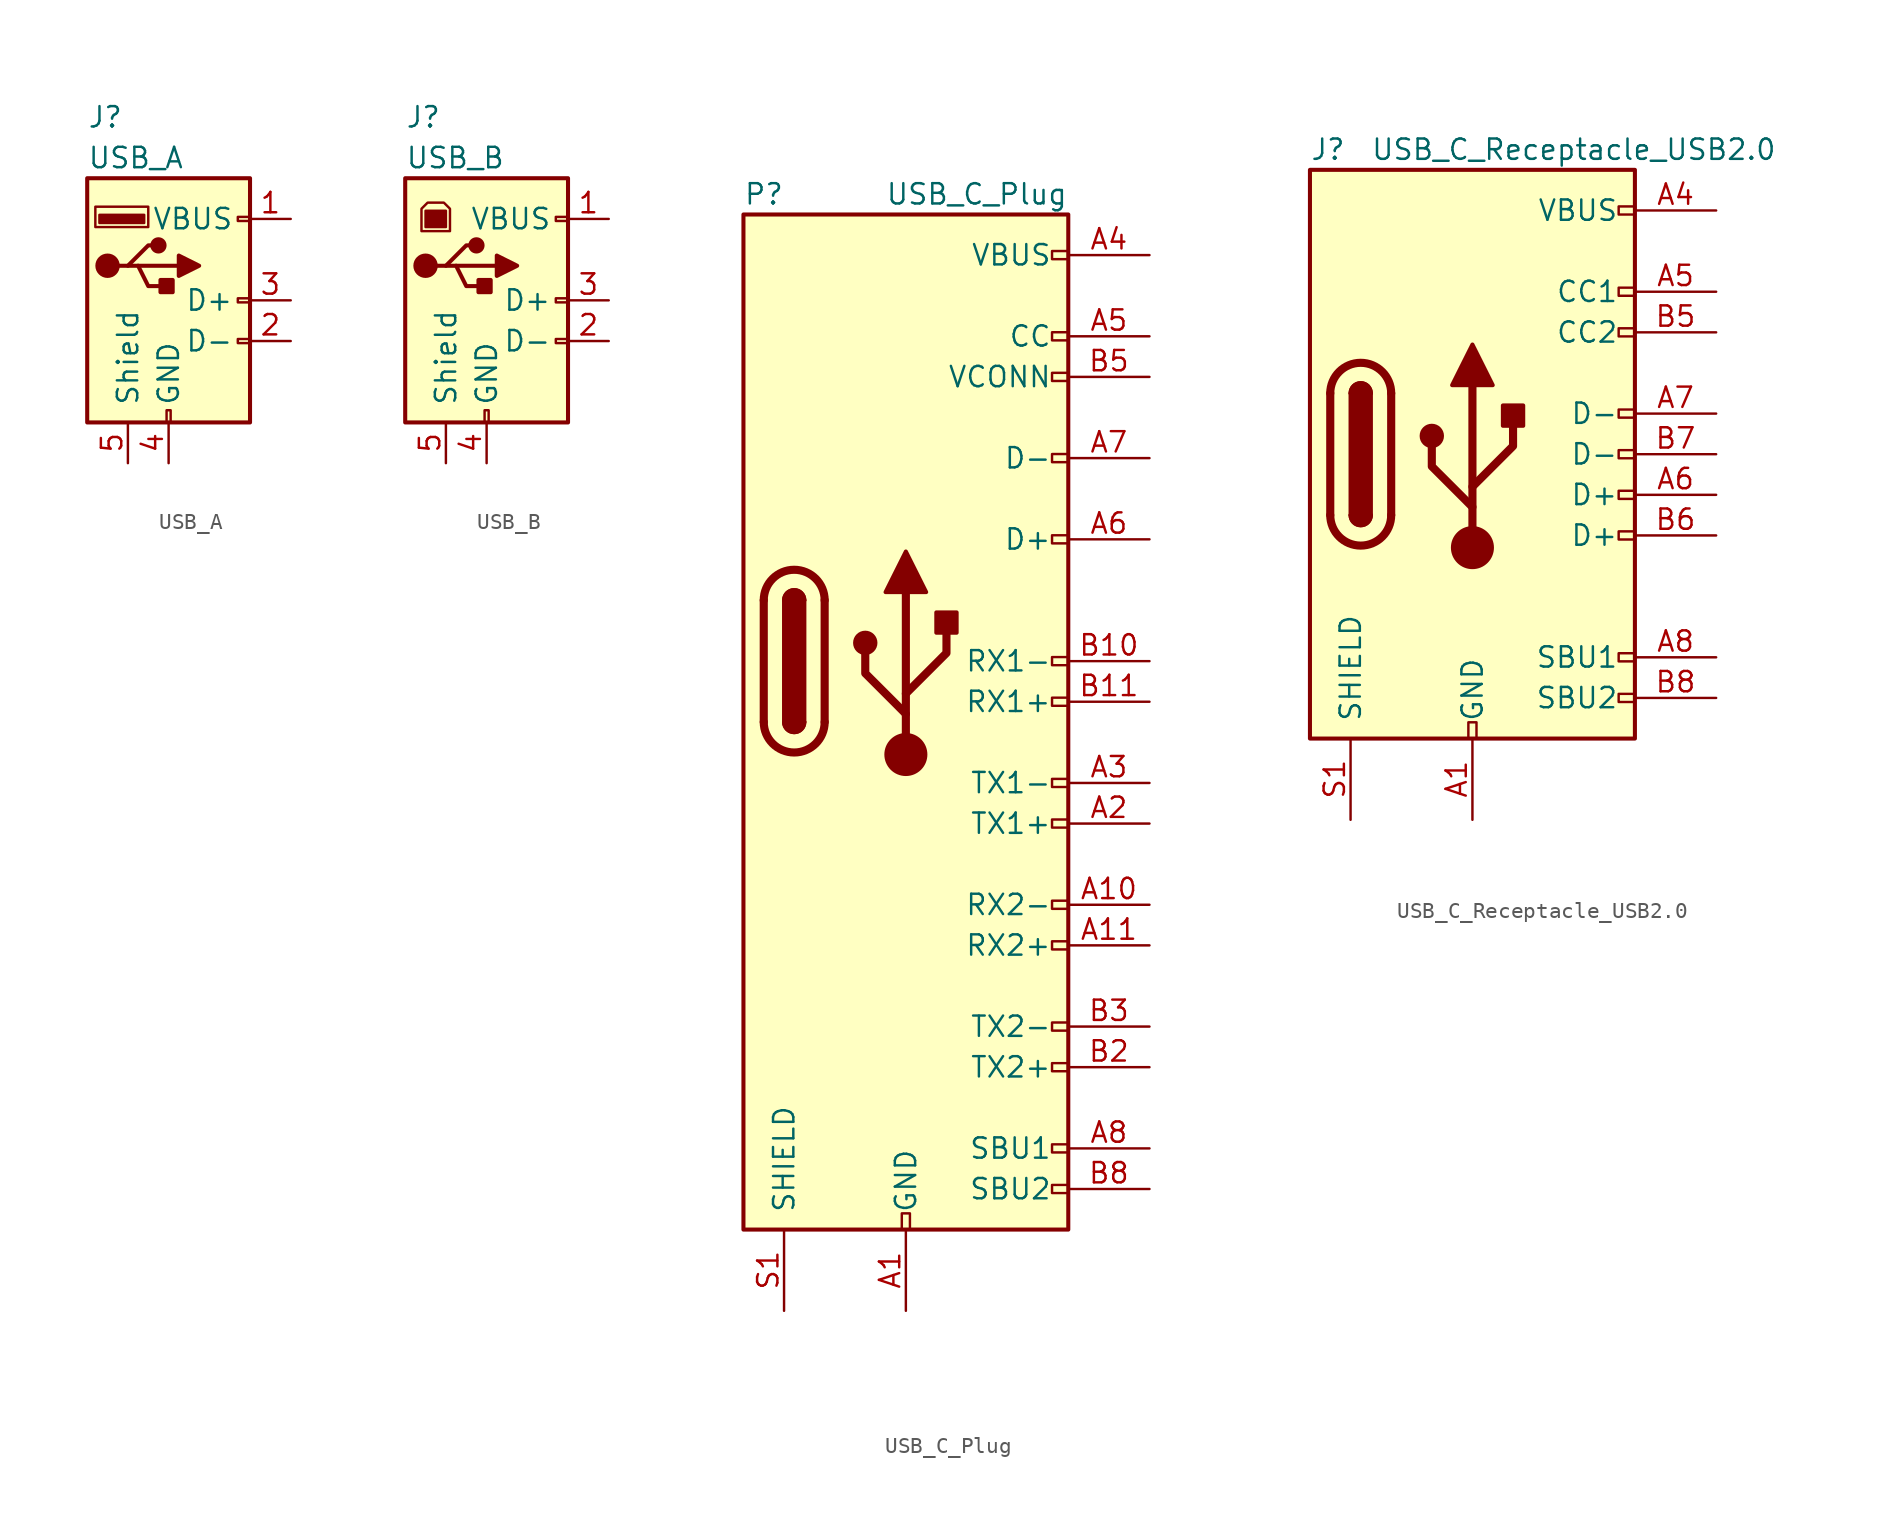
<source format=kicad_sym>
(kicad_symbol_lib
  (version 20201005)
  (generator kicad_symbol_editor)
  (symbol "Connector:USB_A"
    (pin_names
      (offset 1.016))
    (property "Reference" "J"
      (at -5.08 11.43 0)
      (effects (font (size 1.27 1.27)) (justify left)))
    (property "Value" "USB_A"
      (at -5.08 8.89 0)
      (effects (font (size 1.27 1.27)) (justify left)))
    (symbol "USB_A_0_1"
      (circle (center -3.81 2.159) (radius 0.635) (stroke (width 0.254)) (fill (type outline)))
      (circle (center -0.635 3.429) (radius 0.381) (stroke (width 0.254)) (fill (type outline)))
      (rectangle (start -5.08 -7.62) (end 5.08 7.62) (stroke (width 0.254)) (fill (type background)))
      (rectangle (start -1.524 4.826) (end -4.318 5.334) (stroke (width 0)) (fill (type outline)))
      (rectangle (start -1.27 4.572) (end -4.572 5.842) (stroke (width 0)) (fill (type none)))
      (rectangle (start -0.127 -7.62) (end 0.127 -6.858) (stroke (width 0)) (fill (type none)))
      (rectangle (start 0.254 1.27) (end -0.508 0.508) (stroke (width 0.254)) (fill (type outline)))
      (rectangle (start 5.08 -2.667) (end 4.318 -2.413) (stroke (width 0)) (fill (type none)))
      (rectangle (start 5.08 -0.127) (end 4.318 0.127) (stroke (width 0)) (fill (type none)))
      (rectangle (start 5.08 4.953) (end 4.318 5.207) (stroke (width 0)) (fill (type none)))
      (polyline (pts (xy -3.175 2.159) (xy -2.54 2.159) (xy -1.27 3.429) (xy -0.635 3.429)) (stroke (width 0.254)) (fill (type none)))
      (polyline (pts (xy -2.54 2.159) (xy -1.905 2.159) (xy -1.27 0.889) (xy 0 0.889)) (stroke (width 0.254)) (fill (type none)))
      (polyline (pts (xy 0.635 2.794) (xy 0.635 1.524) (xy 1.905 2.159) (xy 0.635 2.794)) (stroke (width 0.254)) (fill (type outline))))
    (symbol "USB_A_1_1"
      (polyline (pts (xy -1.905 2.159) (xy 0.635 2.159)) (stroke (width 0.254)) (fill (type none)))
      (pin power_in line (at 7.62 5.08 180) (length 2.54) (name "VBUS" (effects (font (size 1.27 1.27)))) (number "1" (effects (font (size 1.27 1.27)))))
      (pin bidirectional line (at 7.62 -2.54 180) (length 2.54) (name "D-" (effects (font (size 1.27 1.27)))) (number "2" (effects (font (size 1.27 1.27)))))
      (pin bidirectional line (at 7.62 0 180) (length 2.54) (name "D+" (effects (font (size 1.27 1.27)))) (number "3" (effects (font (size 1.27 1.27)))))
      (pin power_in line (at 0 -10.16 90) (length 2.54) (name "GND" (effects (font (size 1.27 1.27)))) (number "4" (effects (font (size 1.27 1.27)))))
      (pin passive line (at -2.54 -10.16 90) (length 2.54) (name "Shield" (effects (font (size 1.27 1.27)))) (number "5" (effects (font (size 1.27 1.27)))))))
  (symbol "Connector:USB_B"
    (pin_names
      (offset 1.016))
    (property "Reference" "J"
      (at -5.08 11.43 0)
      (effects (font (size 1.27 1.27)) (justify left)))
    (property "Value" "USB_B"
      (at -5.08 8.89 0)
      (effects (font (size 1.27 1.27)) (justify left)))
    (symbol "USB_B_0_1"
      (circle (center -3.81 2.159) (radius 0.635) (stroke (width 0.254)) (fill (type outline)))
      (circle (center -0.635 3.429) (radius 0.381) (stroke (width 0.254)) (fill (type outline)))
      (rectangle (start -5.08 -7.62) (end 5.08 7.62) (stroke (width 0.254)) (fill (type background)))
      (rectangle (start -3.81 5.588) (end -2.54 4.572) (stroke (width 0)) (fill (type outline)))
      (rectangle (start -0.127 -7.62) (end 0.127 -6.858) (stroke (width 0)) (fill (type none)))
      (rectangle (start 0.254 1.27) (end -0.508 0.508) (stroke (width 0.254)) (fill (type outline)))
      (rectangle (start 5.08 -2.667) (end 4.318 -2.413) (stroke (width 0)) (fill (type none)))
      (rectangle (start 5.08 -0.127) (end 4.318 0.127) (stroke (width 0)) (fill (type none)))
      (rectangle (start 5.08 4.953) (end 4.318 5.207) (stroke (width 0)) (fill (type none)))
      (polyline (pts (xy -1.905 2.159) (xy 0.635 2.159)) (stroke (width 0.254)) (fill (type none)))
      (polyline (pts (xy -3.175 2.159) (xy -2.54 2.159) (xy -1.27 3.429) (xy -0.635 3.429)) (stroke (width 0.254)) (fill (type none)))
      (polyline (pts (xy -2.54 2.159) (xy -1.905 2.159) (xy -1.27 0.889) (xy 0 0.889)) (stroke (width 0.254)) (fill (type none)))
      (polyline (pts (xy 0.635 2.794) (xy 0.635 1.524) (xy 1.905 2.159) (xy 0.635 2.794)) (stroke (width 0.254)) (fill (type outline)))
      (polyline (pts (xy -4.064 4.318) (xy -2.286 4.318) (xy -2.286 5.715) (xy -2.667 6.096) (xy -3.683 6.096) (xy -4.064 5.715) (xy -4.064 4.318)) (stroke (width 0)) (fill (type none))))
    (symbol "USB_B_1_1"
      (pin power_out line (at 7.62 5.08 180) (length 2.54) (name "VBUS" (effects (font (size 1.27 1.27)))) (number "1" (effects (font (size 1.27 1.27)))))
      (pin bidirectional line (at 7.62 -2.54 180) (length 2.54) (name "D-" (effects (font (size 1.27 1.27)))) (number "2" (effects (font (size 1.27 1.27)))))
      (pin bidirectional line (at 7.62 0 180) (length 2.54) (name "D+" (effects (font (size 1.27 1.27)))) (number "3" (effects (font (size 1.27 1.27)))))
      (pin power_out line (at 0 -10.16 90) (length 2.54) (name "GND" (effects (font (size 1.27 1.27)))) (number "4" (effects (font (size 1.27 1.27)))))
      (pin passive line (at -2.54 -10.16 90) (length 2.54) (name "Shield" (effects (font (size 1.27 1.27)))) (number "5" (effects (font (size 1.27 1.27)))))))
  (symbol "Connector:USB_C_Plug"
    (pin_names
      (offset 1.016))
    (property "Reference" "P"
      (at -10.16 29.21 0)
      (effects (font (size 1.27 1.27)) (justify left)))
    (property "Value" "USB_C_Plug"
      (at 10.16 29.21 0)
      (effects (font (size 1.27 1.27)) (justify right)))
    (symbol "USB_C_Plug_0_0"
      (rectangle (start -0.254 -35.56) (end 0.254 -34.544) (stroke (width 0)) (fill (type none)))
      (rectangle (start 10.16 -32.766) (end 9.144 -33.274) (stroke (width 0)) (fill (type none)))
      (rectangle (start 10.16 -30.226) (end 9.144 -30.734) (stroke (width 0)) (fill (type none)))
      (rectangle (start 10.16 -25.146) (end 9.144 -25.654) (stroke (width 0)) (fill (type none)))
      (rectangle (start 10.16 -22.606) (end 9.144 -23.114) (stroke (width 0)) (fill (type none)))
      (rectangle (start 10.16 -17.526) (end 9.144 -18.034) (stroke (width 0)) (fill (type none)))
      (rectangle (start 10.16 -14.986) (end 9.144 -15.494) (stroke (width 0)) (fill (type none)))
      (rectangle (start 10.16 -9.906) (end 9.144 -10.414) (stroke (width 0)) (fill (type none)))
      (rectangle (start 10.16 -7.366) (end 9.144 -7.874) (stroke (width 0)) (fill (type none)))
      (rectangle (start 10.16 -2.286) (end 9.144 -2.794) (stroke (width 0)) (fill (type none)))
      (rectangle (start 10.16 0.254) (end 9.144 -0.254) (stroke (width 0)) (fill (type none)))
      (rectangle (start 10.16 7.874) (end 9.144 7.366) (stroke (width 0)) (fill (type none)))
      (rectangle (start 10.16 12.954) (end 9.144 12.446) (stroke (width 0)) (fill (type none)))
      (rectangle (start 10.16 18.034) (end 9.144 17.526) (stroke (width 0)) (fill (type none)))
      (rectangle (start 10.16 20.574) (end 9.144 20.066) (stroke (width 0)) (fill (type none)))
      (rectangle (start 10.16 25.654) (end 9.144 25.146) (stroke (width 0)) (fill (type none))))
    (symbol "USB_C_Plug_0_1"
      (arc (start -7.62 -3.81) (end -6.35 -3.81) (radius (at -6.985 -3.81) (length 0.635) (angles -179.9 -0.1)) (stroke (width 0.254)) (fill (type outline)))
      (arc (start -8.89 -3.81) (end -5.08 -3.81) (radius (at -6.985 -3.81) (length 1.905) (angles -179.9 -0.1)) (stroke (width 0.508)) (fill (type none)))
      (arc (start -7.62 -3.81) (end -6.35 -3.81) (radius (at -6.985 -3.81) (length 0.635) (angles -179.9 -0.1)) (stroke (width 0.254)) (fill (type none)))
      (arc (start -5.08 3.81) (end -8.89 3.81) (radius (at -6.985 3.81) (length 1.905) (angles 0.1 179.9)) (stroke (width 0.508)) (fill (type none)))
      (arc (start -6.35 3.81) (end -7.62 3.81) (radius (at -6.985 3.81) (length 0.635) (angles 0.1 179.9)) (stroke (width 0.254)) (fill (type outline)))
      (arc (start -6.35 3.81) (end -7.62 3.81) (radius (at -6.985 3.81) (length 0.635) (angles 0.1 179.9)) (stroke (width 0.254)) (fill (type none)))
      (rectangle (start -10.16 27.94) (end 10.16 -35.56) (stroke (width 0.254)) (fill (type background)))
      (rectangle (start -7.62 -3.81) (end -6.35 3.81) (stroke (width 0.254)) (fill (type outline)))
      (polyline (pts (xy -8.89 -3.81) (xy -8.89 3.81)) (stroke (width 0.508)) (fill (type none)))
      (polyline (pts (xy -5.08 3.81) (xy -5.08 -3.81)) (stroke (width 0.508)) (fill (type none))))
    (symbol "USB_C_Plug_1_1"
      (circle (center -2.54 1.143) (radius 0.635) (stroke (width 0.254)) (fill (type outline)))
      (circle (center 0 -5.842) (radius 1.27) (stroke (width 0)) (fill (type outline)))
      (rectangle (start 1.905 1.778) (end 3.175 3.048) (stroke (width 0.254)) (fill (type outline)))
      (polyline (pts (xy 0 -5.842) (xy 0 4.318)) (stroke (width 0.508)) (fill (type none)))
      (polyline (pts (xy 0 -3.302) (xy -2.54 -0.762) (xy -2.54 0.508)) (stroke (width 0.508)) (fill (type none)))
      (polyline (pts (xy 0 -2.032) (xy 2.54 0.508) (xy 2.54 1.778)) (stroke (width 0.508)) (fill (type none)))
      (polyline (pts (xy -1.27 4.318) (xy 0 6.858) (xy 1.27 4.318) (xy -1.27 4.318)) (stroke (width 0.254)) (fill (type outline)))
      (pin passive line (at 0 -40.64 90) (length 5.08) (name "GND" (effects (font (size 1.27 1.27)))) (number "A1" (effects (font (size 1.27 1.27)))))
      (pin bidirectional line (at 15.24 -15.24 180) (length 5.08) (name "RX2-" (effects (font (size 1.27 1.27)))) (number "A10" (effects (font (size 1.27 1.27)))))
      (pin bidirectional line (at 15.24 -17.78 180) (length 5.08) (name "RX2+" (effects (font (size 1.27 1.27)))) (number "A11" (effects (font (size 1.27 1.27)))))
      (pin passive line (at 0 -40.64 90) (length 5.08) hide (name "GND" (effects (font (size 1.27 1.27)))) (number "A12" (effects (font (size 1.27 1.27)))))
      (pin bidirectional line (at 15.24 -10.16 180) (length 5.08) (name "TX1+" (effects (font (size 1.27 1.27)))) (number "A2" (effects (font (size 1.27 1.27)))))
      (pin bidirectional line (at 15.24 -7.62 180) (length 5.08) (name "TX1-" (effects (font (size 1.27 1.27)))) (number "A3" (effects (font (size 1.27 1.27)))))
      (pin passive line (at 15.24 25.4 180) (length 5.08) (name "VBUS" (effects (font (size 1.27 1.27)))) (number "A4" (effects (font (size 1.27 1.27)))))
      (pin bidirectional line (at 15.24 20.32 180) (length 5.08) (name "CC" (effects (font (size 1.27 1.27)))) (number "A5" (effects (font (size 1.27 1.27)))))
      (pin bidirectional line (at 15.24 7.62 180) (length 5.08) (name "D+" (effects (font (size 1.27 1.27)))) (number "A6" (effects (font (size 1.27 1.27)))))
      (pin bidirectional line (at 15.24 12.7 180) (length 5.08) (name "D-" (effects (font (size 1.27 1.27)))) (number "A7" (effects (font (size 1.27 1.27)))))
      (pin bidirectional line (at 15.24 -30.48 180) (length 5.08) (name "SBU1" (effects (font (size 1.27 1.27)))) (number "A8" (effects (font (size 1.27 1.27)))))
      (pin passive line (at 15.24 25.4 180) (length 5.08) hide (name "VBUS" (effects (font (size 1.27 1.27)))) (number "A9" (effects (font (size 1.27 1.27)))))
      (pin passive line (at 0 -40.64 90) (length 5.08) hide (name "GND" (effects (font (size 1.27 1.27)))) (number "B1" (effects (font (size 1.27 1.27)))))
      (pin bidirectional line (at 15.24 0 180) (length 5.08) (name "RX1-" (effects (font (size 1.27 1.27)))) (number "B10" (effects (font (size 1.27 1.27)))))
      (pin bidirectional line (at 15.24 -2.54 180) (length 5.08) (name "RX1+" (effects (font (size 1.27 1.27)))) (number "B11" (effects (font (size 1.27 1.27)))))
      (pin passive line (at 0 -40.64 90) (length 5.08) hide (name "GND" (effects (font (size 1.27 1.27)))) (number "B12" (effects (font (size 1.27 1.27)))))
      (pin bidirectional line (at 15.24 -25.4 180) (length 5.08) (name "TX2+" (effects (font (size 1.27 1.27)))) (number "B2" (effects (font (size 1.27 1.27)))))
      (pin bidirectional line (at 15.24 -22.86 180) (length 5.08) (name "TX2-" (effects (font (size 1.27 1.27)))) (number "B3" (effects (font (size 1.27 1.27)))))
      (pin passive line (at 15.24 25.4 180) (length 5.08) hide (name "VBUS" (effects (font (size 1.27 1.27)))) (number "B4" (effects (font (size 1.27 1.27)))))
      (pin bidirectional line (at 15.24 17.78 180) (length 5.08) (name "VCONN" (effects (font (size 1.27 1.27)))) (number "B5" (effects (font (size 1.27 1.27)))))
      (pin bidirectional line (at 15.24 -33.02 180) (length 5.08) (name "SBU2" (effects (font (size 1.27 1.27)))) (number "B8" (effects (font (size 1.27 1.27)))))
      (pin passive line (at 15.24 25.4 180) (length 5.08) hide (name "VBUS" (effects (font (size 1.27 1.27)))) (number "B9" (effects (font (size 1.27 1.27)))))
      (pin passive line (at -7.62 -40.64 90) (length 5.08) (name "SHIELD" (effects (font (size 1.27 1.27)))) (number "S1" (effects (font (size 1.27 1.27)))))))
  (symbol "Connector:USB_C_Receptacle_USB2.0"
    (pin_names
      (offset 1.016))
    (property "Reference" "J"
      (at -10.16 19.05 0)
      (effects (font (size 1.27 1.27)) (justify left)))
    (property "Value" "USB_C_Receptacle_USB2.0"
      (at 19.05 19.05 0)
      (effects (font (size 1.27 1.27)) (justify right)))
    (symbol "USB_C_Receptacle_USB2.0_0_0"
      (rectangle (start -0.254 -17.78) (end 0.254 -16.764) (stroke (width 0)) (fill (type none)))
      (rectangle (start 10.16 -14.986) (end 9.144 -15.494) (stroke (width 0)) (fill (type none)))
      (rectangle (start 10.16 -12.446) (end 9.144 -12.954) (stroke (width 0)) (fill (type none)))
      (rectangle (start 10.16 -4.826) (end 9.144 -5.334) (stroke (width 0)) (fill (type none)))
      (rectangle (start 10.16 -2.286) (end 9.144 -2.794) (stroke (width 0)) (fill (type none)))
      (rectangle (start 10.16 0.254) (end 9.144 -0.254) (stroke (width 0)) (fill (type none)))
      (rectangle (start 10.16 2.794) (end 9.144 2.286) (stroke (width 0)) (fill (type none)))
      (rectangle (start 10.16 7.874) (end 9.144 7.366) (stroke (width 0)) (fill (type none)))
      (rectangle (start 10.16 10.414) (end 9.144 9.906) (stroke (width 0)) (fill (type none)))
      (rectangle (start 10.16 15.494) (end 9.144 14.986) (stroke (width 0)) (fill (type none))))
    (symbol "USB_C_Receptacle_USB2.0_0_1"
      (arc (start -8.89 -3.81) (end -5.08 -3.81) (radius (at -6.985 -3.81) (length 1.905) (angles -179.9 -0.1)) (stroke (width 0.508)) (fill (type none)))
      (arc (start -7.62 -3.81) (end -6.35 -3.81) (radius (at -6.985 -3.81) (length 0.635) (angles -179.9 -0.1)) (stroke (width 0.254)) (fill (type none)))
      (arc (start -7.62 -3.81) (end -6.35 -3.81) (radius (at -6.985 -3.81) (length 0.635) (angles -179.9 -0.1)) (stroke (width 0.254)) (fill (type outline)))
      (arc (start -6.35 3.81) (end -7.62 3.81) (radius (at -6.985 3.81) (length 0.635) (angles 0.1 179.9)) (stroke (width 0.254)) (fill (type outline)))
      (arc (start -6.35 3.81) (end -7.62 3.81) (radius (at -6.985 3.81) (length 0.635) (angles 0.1 179.9)) (stroke (width 0.254)) (fill (type none)))
      (arc (start -5.08 3.81) (end -8.89 3.81) (radius (at -6.985 3.81) (length 1.905) (angles 0.1 179.9)) (stroke (width 0.508)) (fill (type none)))
      (circle (center -2.54 1.143) (radius 0.635) (stroke (width 0.254)) (fill (type outline)))
      (circle (center 0 -5.842) (radius 1.27) (stroke (width 0)) (fill (type outline)))
      (rectangle (start -10.16 17.78) (end 10.16 -17.78) (stroke (width 0.254)) (fill (type background)))
      (rectangle (start -7.62 -3.81) (end -6.35 3.81) (stroke (width 0.254)) (fill (type outline)))
      (rectangle (start 1.905 1.778) (end 3.175 3.048) (stroke (width 0.254)) (fill (type outline)))
      (polyline (pts (xy -8.89 -3.81) (xy -8.89 3.81)) (stroke (width 0.508)) (fill (type none)))
      (polyline (pts (xy -5.08 3.81) (xy -5.08 -3.81)) (stroke (width 0.508)) (fill (type none)))
      (polyline (pts (xy 0 -5.842) (xy 0 4.318)) (stroke (width 0.508)) (fill (type none)))
      (polyline (pts (xy 0 -3.302) (xy -2.54 -0.762) (xy -2.54 0.508)) (stroke (width 0.508)) (fill (type none)))
      (polyline (pts (xy 0 -2.032) (xy 2.54 0.508) (xy 2.54 1.778)) (stroke (width 0.508)) (fill (type none)))
      (polyline (pts (xy -1.27 4.318) (xy 0 6.858) (xy 1.27 4.318) (xy -1.27 4.318)) (stroke (width 0.254)) (fill (type outline))))
    (symbol "USB_C_Receptacle_USB2.0_1_1"
      (pin passive line (at 0 -22.86 90) (length 5.08) (name "GND" (effects (font (size 1.27 1.27)))) (number "A1" (effects (font (size 1.27 1.27)))))
      (pin passive line (at 0 -22.86 90) (length 5.08) hide (name "GND" (effects (font (size 1.27 1.27)))) (number "A12" (effects (font (size 1.27 1.27)))))
      (pin passive line (at 15.24 15.24 180) (length 5.08) (name "VBUS" (effects (font (size 1.27 1.27)))) (number "A4" (effects (font (size 1.27 1.27)))))
      (pin bidirectional line (at 15.24 10.16 180) (length 5.08) (name "CC1" (effects (font (size 1.27 1.27)))) (number "A5" (effects (font (size 1.27 1.27)))))
      (pin bidirectional line (at 15.24 -2.54 180) (length 5.08) (name "D+" (effects (font (size 1.27 1.27)))) (number "A6" (effects (font (size 1.27 1.27)))))
      (pin bidirectional line (at 15.24 2.54 180) (length 5.08) (name "D-" (effects (font (size 1.27 1.27)))) (number "A7" (effects (font (size 1.27 1.27)))))
      (pin bidirectional line (at 15.24 -12.7 180) (length 5.08) (name "SBU1" (effects (font (size 1.27 1.27)))) (number "A8" (effects (font (size 1.27 1.27)))))
      (pin passive line (at 15.24 15.24 180) (length 5.08) hide (name "VBUS" (effects (font (size 1.27 1.27)))) (number "A9" (effects (font (size 1.27 1.27)))))
      (pin passive line (at 0 -22.86 90) (length 5.08) hide (name "GND" (effects (font (size 1.27 1.27)))) (number "B1" (effects (font (size 1.27 1.27)))))
      (pin passive line (at 0 -22.86 90) (length 5.08) hide (name "GND" (effects (font (size 1.27 1.27)))) (number "B12" (effects (font (size 1.27 1.27)))))
      (pin passive line (at 15.24 15.24 180) (length 5.08) hide (name "VBUS" (effects (font (size 1.27 1.27)))) (number "B4" (effects (font (size 1.27 1.27)))))
      (pin bidirectional line (at 15.24 7.62 180) (length 5.08) (name "CC2" (effects (font (size 1.27 1.27)))) (number "B5" (effects (font (size 1.27 1.27)))))
      (pin bidirectional line (at 15.24 -5.08 180) (length 5.08) (name "D+" (effects (font (size 1.27 1.27)))) (number "B6" (effects (font (size 1.27 1.27)))))
      (pin bidirectional line (at 15.24 0 180) (length 5.08) (name "D-" (effects (font (size 1.27 1.27)))) (number "B7" (effects (font (size 1.27 1.27)))))
      (pin bidirectional line (at 15.24 -15.24 180) (length 5.08) (name "SBU2" (effects (font (size 1.27 1.27)))) (number "B8" (effects (font (size 1.27 1.27)))))
      (pin passive line (at 15.24 15.24 180) (length 5.08) hide (name "VBUS" (effects (font (size 1.27 1.27)))) (number "B9" (effects (font (size 1.27 1.27)))))
      (pin passive line (at -7.62 -22.86 90) (length 5.08) (name "SHIELD" (effects (font (size 1.27 1.27)))) (number "S1" (effects (font (size 1.27 1.27))))))))
</source>
